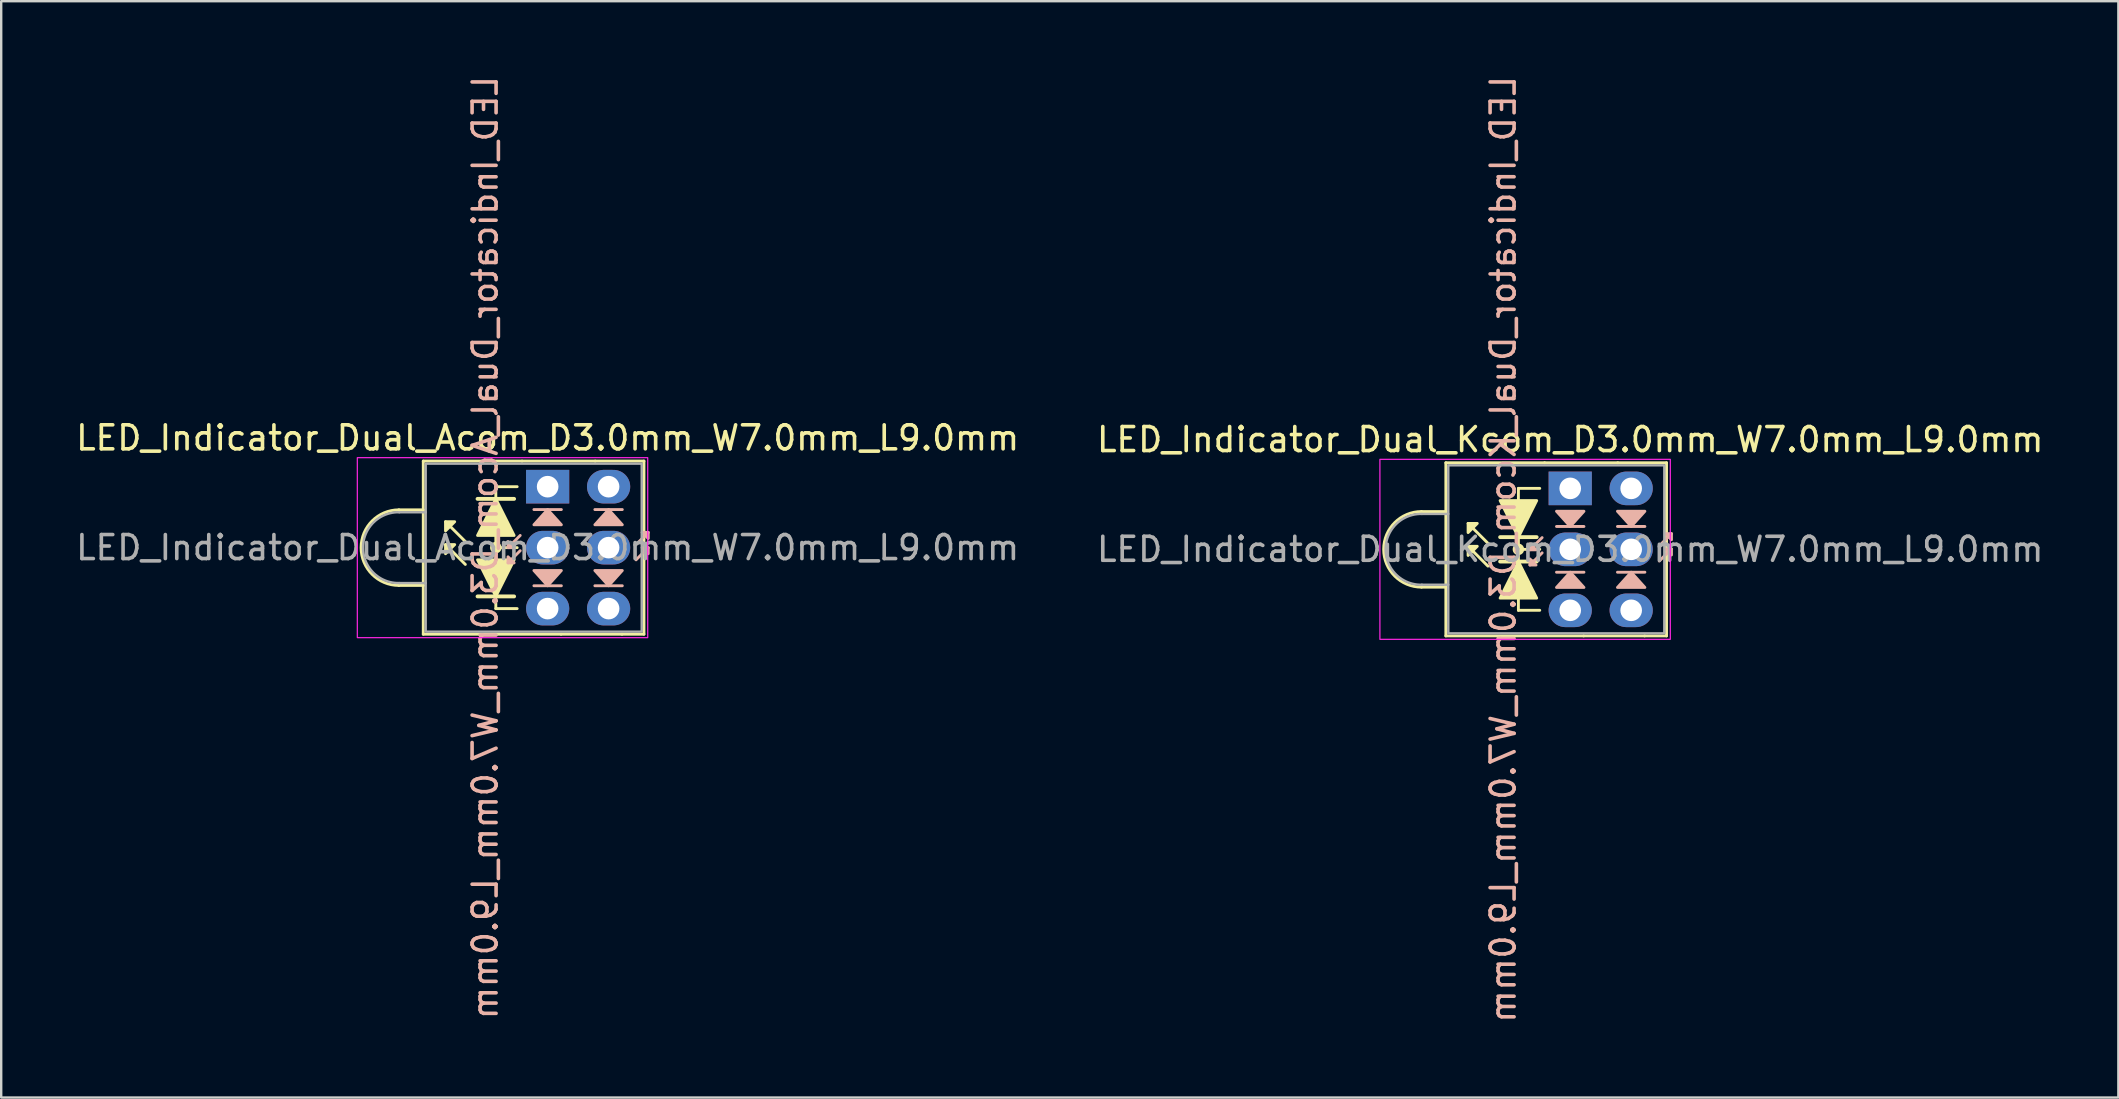
<source format=kicad_pcb>
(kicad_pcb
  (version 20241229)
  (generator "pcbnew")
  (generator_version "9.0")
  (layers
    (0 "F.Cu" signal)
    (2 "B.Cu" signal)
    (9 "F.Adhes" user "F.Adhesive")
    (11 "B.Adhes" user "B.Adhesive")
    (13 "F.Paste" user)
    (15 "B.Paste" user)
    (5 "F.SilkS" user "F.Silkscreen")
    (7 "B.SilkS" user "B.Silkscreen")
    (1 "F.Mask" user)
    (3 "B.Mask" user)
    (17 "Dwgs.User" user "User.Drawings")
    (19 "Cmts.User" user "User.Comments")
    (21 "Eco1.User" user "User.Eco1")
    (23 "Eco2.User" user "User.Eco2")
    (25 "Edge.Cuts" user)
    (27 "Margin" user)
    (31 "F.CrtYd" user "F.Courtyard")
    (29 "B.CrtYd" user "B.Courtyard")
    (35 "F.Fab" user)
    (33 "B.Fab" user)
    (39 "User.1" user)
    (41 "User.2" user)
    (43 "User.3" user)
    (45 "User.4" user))
  (footprint "LED_Indicator_Dual_Kcom_D3.0mm_W7.0mm_L9.0mm"
    (layer "F.Cu")
    (at 62.375 17.299)
    (property "Reference" "LED_Indicator_Dual_Kcom_D3.0mm_W7.0mm_L9.0mm" (at 0 -2.032 0) (layer "F.SilkS") (effects (font (size 1 1) (thickness 0.15))))
    (fp_line (start -5.182 -1.067) (end -5.182 0.965) (stroke (width 0.12) (type default)) (layer "F.SilkS"))
    (fp_line (start -5.182 -1.067) (end -1.067 -1.067) (stroke (width 0.12) (type default)) (layer "F.SilkS"))
    (fp_line (start -5.182 0.965) (end -6.198 0.965) (stroke (width 0.12) (type default)) (layer "F.SilkS"))
    (fp_line (start -5.182 4.115) (end -6.198 4.115) (stroke (width 0.12) (type default)) (layer "F.SilkS"))
    (fp_line (start -5.182 4.115) (end -5.182 0.965) (stroke (width 0.12) (type default)) (layer "F.SilkS"))
    (fp_line (start -5.182 6.147) (end -5.182 4.115) (stroke (width 0.12) (type default)) (layer "F.SilkS"))
    (fp_line (start -3.429 2.286) (end -4.255 1.46) (stroke (width 0.12) (type solid)) (layer "F.SilkS"))
    (fp_line (start -3.429 3.239) (end -4.255 2.413) (stroke (width 0.12) (type solid)) (layer "F.SilkS"))
    (fp_line (start -2.159 0) (end -2.159 0.508) (stroke (width 0.12) (type default)) (layer "F.SilkS"))
    (fp_line (start -2.159 2.032) (end -2.921 2.032) (stroke (width 0.16) (type default)) (layer "F.SilkS"))
    (fp_line (start -2.159 2.032) (end -2.159 2.54) (stroke (width 0.12) (type default)) (layer "F.SilkS"))
    (fp_line (start -2.159 2.032) (end -1.397 2.032) (stroke (width 0.16) (type default)) (layer "F.SilkS"))
    (fp_line (start -2.159 2.54) (end -1.27 2.54) (stroke (width 0.12) (type default)) (layer "F.SilkS"))
    (fp_line (start -2.159 3.048) (end -2.921 3.048) (stroke (width 0.16) (type default)) (layer "F.SilkS"))
    (fp_line (start -2.159 3.048) (end -2.159 2.54) (stroke (width 0.12) (type default)) (layer "F.SilkS"))
    (fp_line (start -2.159 3.048) (end -1.397 3.048) (stroke (width 0.16) (type default)) (layer "F.SilkS"))
    (fp_line (start -2.159 5.08) (end -2.159 4.572) (stroke (width 0.12) (type default)) (layer "F.SilkS"))
    (fp_line (start -2.159 5.08) (end -1.27 5.08) (stroke (width 0.12) (type default)) (layer "F.SilkS"))
    (fp_line (start -1.27 0) (end -2.159 0) (stroke (width 0.12) (type default)) (layer "F.SilkS"))
    (fp_line (start -1.067 -1.067) (end 1.981 -1.067) (stroke (width 0.12) (type default)) (layer "F.SilkS"))
    (fp_line (start 0.559 6.147) (end -5.182 6.147) (stroke (width 0.12) (type default)) (layer "F.SilkS"))
    (fp_line (start 1.981 -1.067) (end 4.013 -1.067) (stroke (width 0.12) (type default)) (layer "F.SilkS"))
    (fp_line (start 3.099 6.147) (end 0.559 6.147) (stroke (width 0.12) (type default)) (layer "F.SilkS"))
    (fp_line (start 4.013 -1.067) (end 4.013 6.147) (stroke (width 0.12) (type default)) (layer "F.SilkS"))
    (fp_line (start 4.013 6.147) (end 3.099 6.147) (stroke (width 0.12) (type default)) (layer "F.SilkS"))
    (fp_arc (start -6.1976 4.1148) (mid -7.7724 2.54) (end -6.1976 0.9652) (stroke (width 0.12) (type default)) (layer "F.SilkS"))
    (fp_circle (center -2.159 2.54) (end -2.032 2.413) (stroke (width 0.12) (type default)) (fill yes) (layer "F.SilkS"))
    (fp_poly (pts (xy -3.873 1.46) (xy -4.255 1.841) (xy -4.255 1.46)) (stroke (width 0.12) (type solid)) (fill yes) (layer "F.SilkS"))
    (fp_poly (pts (xy -3.873 2.413) (xy -4.255 2.794) (xy -4.255 2.413)) (stroke (width 0.12) (type solid)) (fill yes) (layer "F.SilkS"))
    (fp_poly (pts (xy -2.159 2.032) (xy -2.921 0.508) (xy -1.397 0.508)) (stroke (width 0.12) (type solid)) (fill yes) (layer "F.SilkS"))
    (fp_poly (pts (xy -2.159 3.048) (xy -1.397 4.572) (xy -2.921 4.572)) (stroke (width 0.12) (type solid)) (fill yes) (layer "F.SilkS"))
    (fp_line (start -1.679 2.559) (end -1.171 2.051) (stroke (width 0.12) (type solid)) (layer "B.SilkS"))
    (fp_line (start -1.679 3.194) (end -1.171 2.686) (stroke (width 0.12) (type solid)) (layer "B.SilkS"))
    (fp_line (start -0.572 1.587) (end 0.572 1.587) (stroke (width 0.12) (type solid)) (layer "B.SilkS"))
    (fp_line (start 0.572 3.493) (end -0.572 3.493) (stroke (width 0.12) (type solid)) (layer "B.SilkS"))
    (fp_line (start 1.968 1.587) (end 3.111 1.587) (stroke (width 0.12) (type solid)) (layer "B.SilkS"))
    (fp_line (start 3.111 3.493) (end 1.968 3.493) (stroke (width 0.12) (type solid)) (layer "B.SilkS"))
    (fp_line (start 4.219 1.886) (end 3.711 2.394) (stroke (width 0.12) (type solid)) (layer "B.SilkS"))
    (fp_line (start 4.219 2.521) (end 3.711 3.029) (stroke (width 0.12) (type solid)) (layer "B.SilkS"))
    (fp_poly (pts (xy -1.425 2.559) (xy -1.679 2.305) (xy -1.679 2.559)) (stroke (width 0.12) (type solid)) (fill yes) (layer "B.SilkS"))
    (fp_poly (pts (xy -1.425 3.194) (xy -1.679 2.94) (xy -1.679 3.194)) (stroke (width 0.12) (type solid)) (fill yes) (layer "B.SilkS"))
    (fp_poly (pts (xy -0.572 0.953) (xy 0 1.587) (xy 0.572 0.953)) (stroke (width 0.12) (type solid)) (fill yes) (layer "B.SilkS"))
    (fp_poly (pts (xy -0.572 4.128) (xy 0 3.493) (xy 0.572 4.128)) (stroke (width 0.12) (type solid)) (fill yes) (layer "B.SilkS"))
    (fp_poly (pts (xy 3.111 0.953) (xy 2.54 1.587) (xy 1.968 0.953)) (stroke (width 0.12) (type solid)) (fill yes) (layer "B.SilkS"))
    (fp_poly (pts (xy 3.111 4.128) (xy 2.54 3.493) (xy 1.968 4.128)) (stroke (width 0.12) (type solid)) (fill yes) (layer "B.SilkS"))
    (fp_poly (pts (xy 3.965 1.886) (xy 4.219 2.14) (xy 4.219 1.886)) (stroke (width 0.12) (type solid)) (fill yes) (layer "B.SilkS"))
    (fp_poly (pts (xy 3.965 2.521) (xy 4.219 2.775) (xy 4.219 2.521)) (stroke (width 0.12) (type solid)) (fill yes) (layer "B.SilkS"))
    (fp_rect (start -7.93 -1.21) (end 4.17 6.29) (stroke (width 0.05) (type default)) (fill no) (layer "F.CrtYd"))
    (fp_line (start -5.08 1.065) (end -6.18 1.065) (stroke (width 0.1) (type default)) (layer "F.Fab"))
    (fp_line (start -5.08 4.015) (end -6.18 4.015) (stroke (width 0.1) (type default)) (layer "F.Fab"))
    (fp_rect (start -5.08 -0.96) (end 3.92 6.04) (stroke (width 0.1) (type default)) (fill no) (layer "F.Fab"))
    (fp_arc (start -6.18 4.015) (mid -7.695305 2.54) (end -6.18 1.065) (stroke (width 0.1) (type default)) (layer "F.Fab"))
    (fp_text user "${REFERENCE}" (at -2.794 2.54 90) (layer "B.SilkS") (effects (font (size 1 1) (thickness 0.15)) (justify mirror)))
    (fp_text user "${REFERENCE}" (at 0 2.54 0) (layer "F.Fab") (effects (font (size 1 1) (thickness 0.15))))
    (pad "1" thru_hole rect (at 0 0) (size 1.8 1.4) (drill 0.9) (layers "*.Cu" "*.Mask"))
    (pad "2" thru_hole oval (at 0 2.54) (size 1.8 1.4) (drill 0.9) (layers "*.Cu" "*.Mask"))
    (pad "3" thru_hole oval (at 0 5.08) (size 1.8 1.4) (drill 0.9) (layers "*.Cu" "*.Mask"))
    (pad "4" thru_hole oval (at 2.54 5.08) (size 1.8 1.4) (drill 0.9) (layers "*.Cu" "*.Mask"))
    (pad "5" thru_hole oval (at 2.54 2.54) (size 1.8 1.4) (drill 0.9) (layers "*.Cu" "*.Mask"))
    (pad "6" thru_hole oval (at 2.54 0) (size 1.8 1.4) (drill 0.9) (layers "*.Cu" "*.Mask")))
  (footprint "LED_Indicator_Dual_Acom_D3.0mm_W7.0mm_L9.0mm"
    (layer "F.Cu")
    (at 19.768 17.228)
    (property "Reference" "LED_Indicator_Dual_Acom_D3.0mm_W7.0mm_L9.0mm" (at 0 -2.032 0) (layer "F.SilkS") (effects (font (size 1 1) (thickness 0.15))))
    (fp_line (start -5.182 -1.067) (end -5.182 0.965) (stroke (width 0.12) (type default)) (layer "F.SilkS"))
    (fp_line (start -5.182 -1.067) (end -1.067 -1.067) (stroke (width 0.12) (type default)) (layer "F.SilkS"))
    (fp_line (start -5.182 0.965) (end -6.198 0.965) (stroke (width 0.12) (type default)) (layer "F.SilkS"))
    (fp_line (start -5.182 4.115) (end -6.198 4.115) (stroke (width 0.12) (type default)) (layer "F.SilkS"))
    (fp_line (start -5.182 4.115) (end -5.182 0.965) (stroke (width 0.12) (type default)) (layer "F.SilkS"))
    (fp_line (start -5.182 6.147) (end -5.182 4.115) (stroke (width 0.12) (type default)) (layer "F.SilkS"))
    (fp_line (start -3.429 2.286) (end -4.255 1.46) (stroke (width 0.12) (type solid)) (layer "F.SilkS"))
    (fp_line (start -3.429 3.239) (end -4.255 2.413) (stroke (width 0.12) (type solid)) (layer "F.SilkS"))
    (fp_line (start -2.159 0) (end -2.159 0.508) (stroke (width 0.12) (type default)) (layer "F.SilkS"))
    (fp_line (start -2.159 0.508) (end -2.921 0.508) (stroke (width 0.16) (type default)) (layer "F.SilkS"))
    (fp_line (start -2.159 0.508) (end -1.397 0.508) (stroke (width 0.16) (type default)) (layer "F.SilkS"))
    (fp_line (start -2.159 2.032) (end -2.159 2.54) (stroke (width 0.12) (type default)) (layer "F.SilkS"))
    (fp_line (start -2.159 2.54) (end -1.27 2.54) (stroke (width 0.12) (type default)) (layer "F.SilkS"))
    (fp_line (start -2.159 3.048) (end -2.159 2.54) (stroke (width 0.12) (type default)) (layer "F.SilkS"))
    (fp_line (start -2.159 4.572) (end -2.921 4.572) (stroke (width 0.16) (type default)) (layer "F.SilkS"))
    (fp_line (start -2.159 4.572) (end -1.397 4.572) (stroke (width 0.16) (type default)) (layer "F.SilkS"))
    (fp_line (start -2.159 5.08) (end -2.159 4.572) (stroke (width 0.12) (type default)) (layer "F.SilkS"))
    (fp_line (start -2.159 5.08) (end -1.27 5.08) (stroke (width 0.12) (type default)) (layer "F.SilkS"))
    (fp_line (start -1.27 0) (end -2.159 0) (stroke (width 0.12) (type default)) (layer "F.SilkS"))
    (fp_line (start -1.067 -1.067) (end 1.981 -1.067) (stroke (width 0.12) (type default)) (layer "F.SilkS"))
    (fp_line (start 0.559 6.147) (end -5.182 6.147) (stroke (width 0.12) (type default)) (layer "F.SilkS"))
    (fp_line (start 1.981 -1.067) (end 4.013 -1.067) (stroke (width 0.12) (type default)) (layer "F.SilkS"))
    (fp_line (start 3.099 6.147) (end 0.559 6.147) (stroke (width 0.12) (type default)) (layer "F.SilkS"))
    (fp_line (start 4.013 -1.067) (end 4.013 6.147) (stroke (width 0.12) (type default)) (layer "F.SilkS"))
    (fp_line (start 4.013 6.147) (end 3.099 6.147) (stroke (width 0.12) (type default)) (layer "F.SilkS"))
    (fp_arc (start -6.1976 4.1148) (mid -7.7724 2.54) (end -6.1976 0.9652) (stroke (width 0.12) (type default)) (layer "F.SilkS"))
    (fp_circle (center -2.159 2.54) (end -2.032 2.413) (stroke (width 0.12) (type default)) (fill yes) (layer "F.SilkS"))
    (fp_poly (pts (xy -3.873 1.46) (xy -4.255 1.841) (xy -4.255 1.46)) (stroke (width 0.12) (type solid)) (fill yes) (layer "F.SilkS"))
    (fp_poly (pts (xy -3.873 2.413) (xy -4.255 2.794) (xy -4.255 2.413)) (stroke (width 0.12) (type solid)) (fill yes) (layer "F.SilkS"))
    (fp_poly (pts (xy -2.159 0.508) (xy -1.397 2.032) (xy -2.921 2.032)) (stroke (width 0.12) (type solid)) (fill yes) (layer "F.SilkS"))
    (fp_poly (pts (xy -2.159 4.572) (xy -2.921 3.048) (xy -1.397 3.048)) (stroke (width 0.12) (type solid)) (fill yes) (layer "F.SilkS"))
    (fp_line (start -1.651 2.54) (end -1.143 2.032) (stroke (width 0.12) (type solid)) (layer "B.SilkS"))
    (fp_line (start -1.651 3.175) (end -1.143 2.667) (stroke (width 0.12) (type solid)) (layer "B.SilkS"))
    (fp_line (start -0.572 4.128) (end 0.572 4.128) (stroke (width 0.12) (type solid)) (layer "B.SilkS"))
    (fp_line (start 0.572 0.953) (end -0.572 0.953) (stroke (width 0.12) (type solid)) (layer "B.SilkS"))
    (fp_line (start 1.968 4.128) (end 3.111 4.128) (stroke (width 0.12) (type solid)) (layer "B.SilkS"))
    (fp_line (start 3.111 0.953) (end 1.968 0.953) (stroke (width 0.12) (type solid)) (layer "B.SilkS"))
    (fp_line (start 4.191 1.905) (end 3.683 2.413) (stroke (width 0.12) (type solid)) (layer "B.SilkS"))
    (fp_line (start 4.191 2.54) (end 3.683 3.048) (stroke (width 0.12) (type solid)) (layer "B.SilkS"))
    (fp_poly (pts (xy -1.397 2.54) (xy -1.651 2.286) (xy -1.651 2.54)) (stroke (width 0.12) (type solid)) (fill yes) (layer "B.SilkS"))
    (fp_poly (pts (xy -1.397 3.175) (xy -1.651 2.921) (xy -1.651 3.175)) (stroke (width 0.12) (type solid)) (fill yes) (layer "B.SilkS"))
    (fp_poly (pts (xy -0.572 1.587) (xy 0 0.953) (xy 0.572 1.587)) (stroke (width 0.12) (type solid)) (fill yes) (layer "B.SilkS"))
    (fp_poly (pts (xy -0.572 3.493) (xy 0 4.128) (xy 0.572 3.493)) (stroke (width 0.12) (type solid)) (fill yes) (layer "B.SilkS"))
    (fp_poly (pts (xy 3.111 1.587) (xy 2.54 0.953) (xy 1.968 1.587)) (stroke (width 0.12) (type solid)) (fill yes) (layer "B.SilkS"))
    (fp_poly (pts (xy 3.111 3.493) (xy 2.54 4.128) (xy 1.968 3.493)) (stroke (width 0.12) (type solid)) (fill yes) (layer "B.SilkS"))
    (fp_poly (pts (xy 3.937 1.905) (xy 4.191 2.159) (xy 4.191 1.905)) (stroke (width 0.12) (type solid)) (fill yes) (layer "B.SilkS"))
    (fp_poly (pts (xy 3.937 2.54) (xy 4.191 2.794) (xy 4.191 2.54)) (stroke (width 0.12) (type solid)) (fill yes) (layer "B.SilkS"))
    (fp_rect (start -7.93 -1.21) (end 4.17 6.29) (stroke (width 0.05) (type default)) (fill no) (layer "F.CrtYd"))
    (fp_line (start -5.08 1.065) (end -6.18 1.065) (stroke (width 0.1) (type default)) (layer "F.Fab"))
    (fp_line (start -5.08 4.015) (end -6.18 4.015) (stroke (width 0.1) (type default)) (layer "F.Fab"))
    (fp_rect (start -5.08 -0.96) (end 3.92 6.04) (stroke (width 0.1) (type default)) (fill no) (layer "F.Fab"))
    (fp_arc (start -6.18 4.015) (mid -7.695305 2.54) (end -6.18 1.065) (stroke (width 0.1) (type default)) (layer "F.Fab"))
    (fp_text user "${REFERENCE}" (at -2.603 2.54 270) (layer "B.SilkS") (effects (font (size 1 1) (thickness 0.15)) (justify mirror)))
    (fp_text user "${REFERENCE}" (at 0 2.54 0) (layer "F.Fab") (effects (font (size 1 1) (thickness 0.15))))
    (pad "1" thru_hole rect (at 0 0) (size 1.8 1.4) (drill 0.9) (layers "*.Cu" "*.Mask"))
    (pad "2" thru_hole oval (at 0 2.54) (size 1.8 1.4) (drill 0.9) (layers "*.Cu" "*.Mask"))
    (pad "3" thru_hole oval (at 0 5.08) (size 1.8 1.4) (drill 0.9) (layers "*.Cu" "*.Mask"))
    (pad "4" thru_hole oval (at 2.54 5.08) (size 1.8 1.4) (drill 0.9) (layers "*.Cu" "*.Mask"))
    (pad "5" thru_hole oval (at 2.54 2.54) (size 1.8 1.4) (drill 0.9) (layers "*.Cu" "*.Mask"))
    (pad "6" thru_hole oval (at 2.54 0) (size 1.8 1.4) (drill 0.9) (layers "*.Cu" "*.Mask")))
  (gr_rect
    (start -3 -3)
    (end 85.214 42.679)
    (stroke (width 0.1) (type default))
    (fill no)
    (layer "Edge.Cuts")))
</source>
